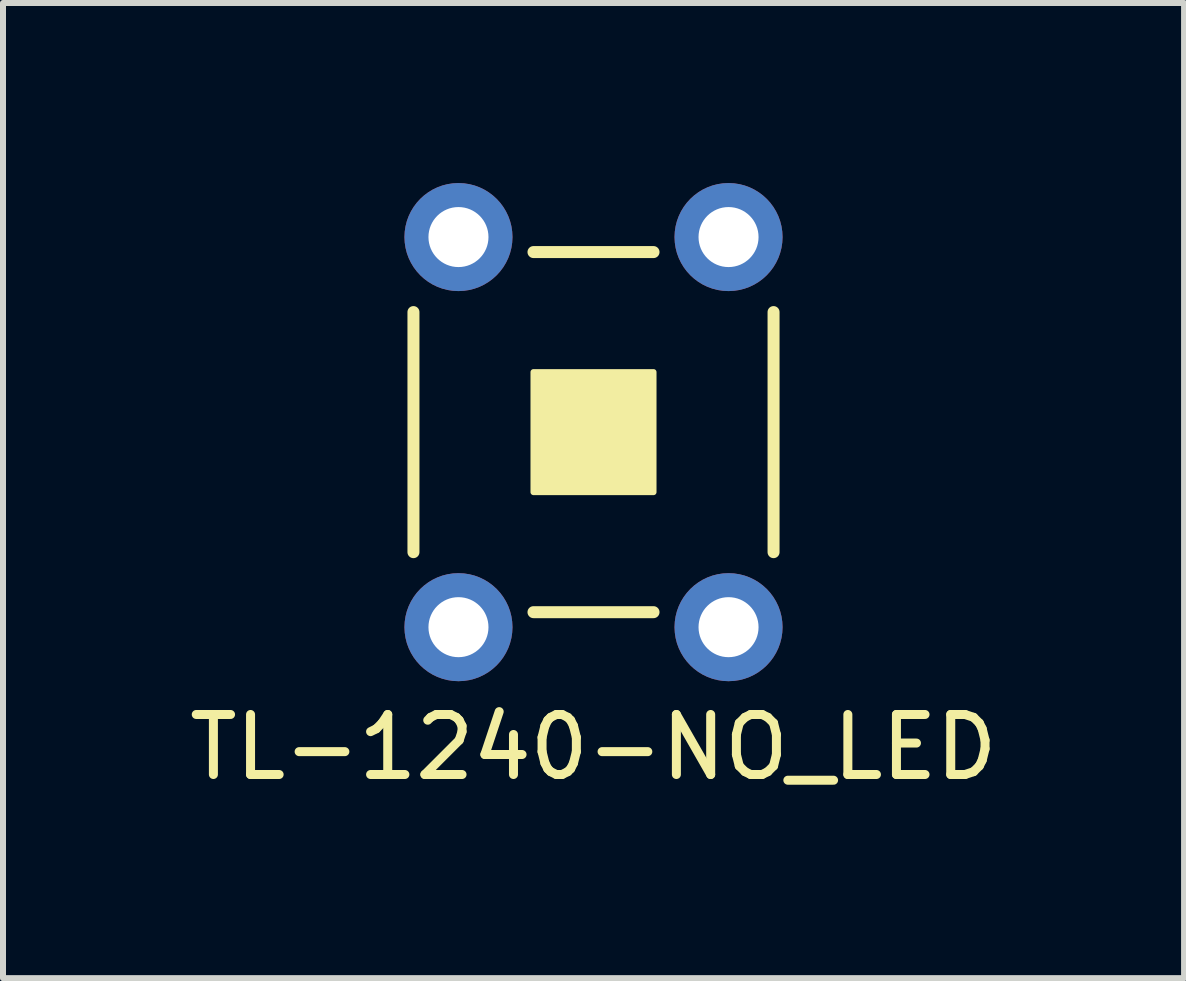
<source format=kicad_pcb>
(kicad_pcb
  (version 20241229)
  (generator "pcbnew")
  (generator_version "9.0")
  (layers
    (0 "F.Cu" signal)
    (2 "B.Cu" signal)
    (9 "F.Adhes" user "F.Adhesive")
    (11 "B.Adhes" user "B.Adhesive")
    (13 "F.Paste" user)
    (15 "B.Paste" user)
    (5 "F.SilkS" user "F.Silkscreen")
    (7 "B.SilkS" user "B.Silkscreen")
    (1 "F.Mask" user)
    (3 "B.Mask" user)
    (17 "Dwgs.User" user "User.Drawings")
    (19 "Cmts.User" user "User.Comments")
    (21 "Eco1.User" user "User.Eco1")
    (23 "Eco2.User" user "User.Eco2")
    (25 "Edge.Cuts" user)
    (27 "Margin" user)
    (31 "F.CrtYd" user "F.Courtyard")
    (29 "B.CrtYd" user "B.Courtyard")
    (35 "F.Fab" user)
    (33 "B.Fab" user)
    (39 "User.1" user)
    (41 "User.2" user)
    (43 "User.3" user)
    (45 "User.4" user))
  (footprint "TL-1240-NO_LED"
    (layer "F.Cu")
    (at 6.839 4.15)
    (property "Reference" "TL-1240-NO_LED" (at 0 5.25 0) (layer "F.SilkS") (effects (font (size 1 1) (thickness 0.15))))
    (attr through_hole)
    (fp_line (start -3 -2) (end -3 2) (stroke (width 0.2) (type solid)) (layer "F.SilkS"))
    (fp_line (start -1 -3) (end 1 -3) (stroke (width 0.2) (type solid)) (layer "F.SilkS"))
    (fp_line (start -1 3) (end 1 3) (stroke (width 0.2) (type solid)) (layer "F.SilkS"))
    (fp_line (start 3 -2) (end 3 2) (stroke (width 0.2) (type solid)) (layer "F.SilkS"))
    (fp_poly (pts (xy 1 1) (xy -1 1) (xy -1 -1) (xy 1 -1)) (stroke (width 0.1) (type solid)) (fill yes) (layer "F.SilkS"))
    (pad "1" thru_hole circle (at 2.25 -3.25) (size 1.8 1.8) (drill 1) (layers "*.Cu" "*.Mask"))
    (pad "2" thru_hole circle (at 2.25 3.25) (size 1.8 1.8) (drill 1) (layers "*.Cu" "*.Mask"))
    (pad "3" thru_hole circle (at -2.25 -3.25) (size 1.8 1.8) (drill 1) (layers "*.Cu" "*.Mask"))
    (pad "4" thru_hole circle (at -2.25 3.25) (size 1.8 1.8) (drill 1) (layers "*.Cu" "*.Mask")))
  (gr_rect
    (start -3 -3)
    (end 16.679 13.248)
    (stroke (width 0.1) (type default))
    (fill no)
    (layer "Edge.Cuts")))
</source>
